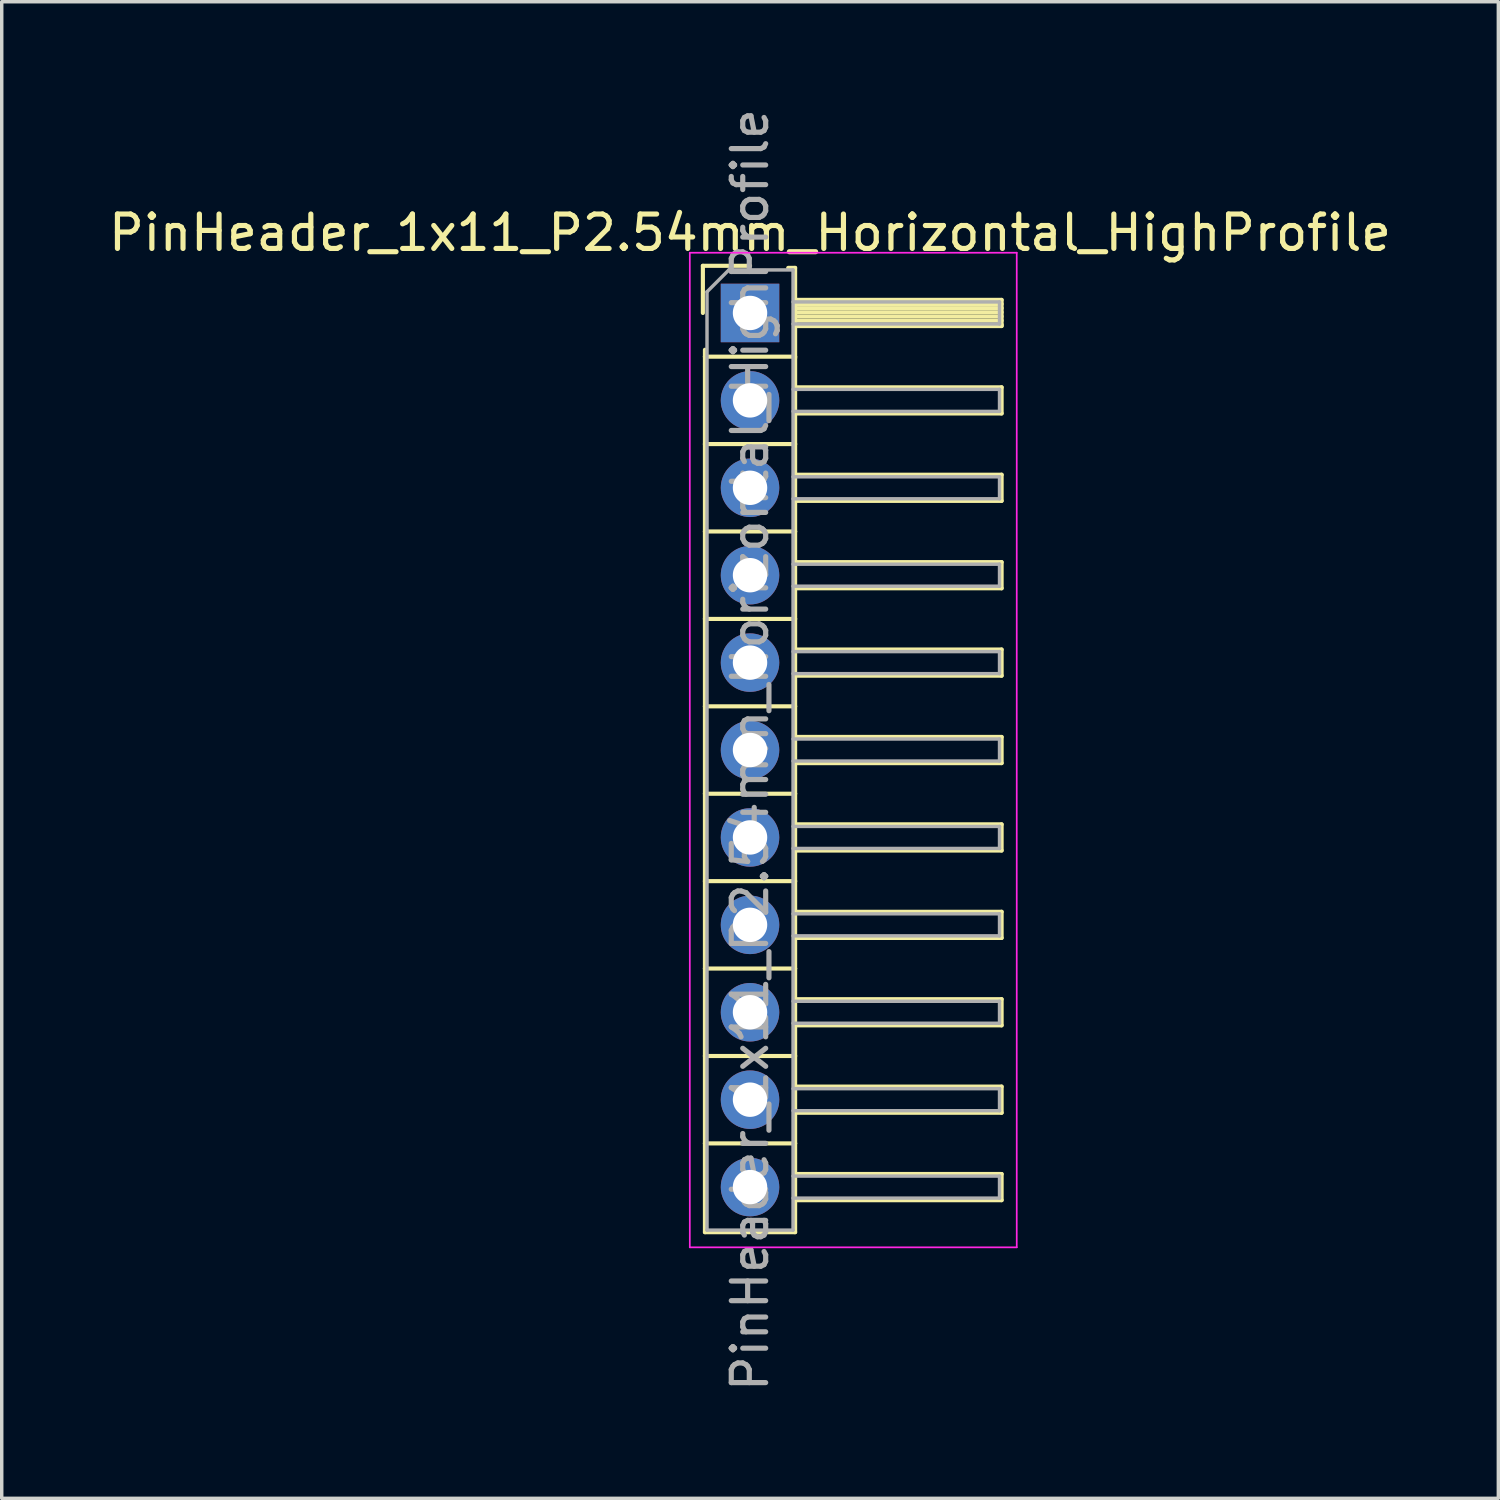
<source format=kicad_pcb>
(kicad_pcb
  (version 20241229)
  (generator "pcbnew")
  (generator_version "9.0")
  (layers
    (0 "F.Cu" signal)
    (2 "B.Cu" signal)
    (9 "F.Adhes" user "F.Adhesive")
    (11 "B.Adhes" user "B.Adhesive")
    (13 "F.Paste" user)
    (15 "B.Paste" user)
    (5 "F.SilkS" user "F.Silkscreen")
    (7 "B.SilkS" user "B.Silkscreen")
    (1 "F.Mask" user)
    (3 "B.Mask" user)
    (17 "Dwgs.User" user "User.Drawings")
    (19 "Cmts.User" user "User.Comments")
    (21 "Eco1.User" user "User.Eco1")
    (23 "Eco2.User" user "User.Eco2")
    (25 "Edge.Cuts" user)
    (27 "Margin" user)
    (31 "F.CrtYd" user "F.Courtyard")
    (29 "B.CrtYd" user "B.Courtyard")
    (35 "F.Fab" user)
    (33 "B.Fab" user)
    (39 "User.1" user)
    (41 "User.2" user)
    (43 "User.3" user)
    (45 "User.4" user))
  (footprint "PinHeader_1x11_P2.54mm_Horizontal_HighProfile"
    (layer "F.Cu")
    (at 18.744 6.044)
    (property "Reference" "PinHeader_1x11_P2.54mm_Horizontal_HighProfile" (at 0 -2.33 0) (layer "F.SilkS") (effects (font (size 1 1) (thickness 0.15))))
    (attr through_hole)
    (fp_line (start -1.37 -1.37) (end -1.37 0) (stroke (width 0.12) (type solid)) (layer "F.SilkS"))
    (fp_line (start -1.37 -1.37) (end 0 -1.37) (stroke (width 0.12) (type solid)) (layer "F.SilkS"))
    (fp_line (start -1.31 1.27) (end -1.31 1.07) (stroke (width 0.12) (type solid)) (layer "F.SilkS"))
    (fp_line (start -1.31 1.27) (end -1.31 3.81) (stroke (width 0.12) (type solid)) (layer "F.SilkS"))
    (fp_line (start -1.31 1.27) (end 1.31 1.27) (stroke (width 0.12) (type solid)) (layer "F.SilkS"))
    (fp_line (start -1.31 3.81) (end -1.31 6.35) (stroke (width 0.12) (type solid)) (layer "F.SilkS"))
    (fp_line (start -1.31 3.81) (end 1.31 3.81) (stroke (width 0.12) (type solid)) (layer "F.SilkS"))
    (fp_line (start -1.31 6.35) (end -1.31 8.89) (stroke (width 0.12) (type solid)) (layer "F.SilkS"))
    (fp_line (start -1.31 6.35) (end 1.31 6.35) (stroke (width 0.12) (type solid)) (layer "F.SilkS"))
    (fp_line (start -1.31 8.89) (end -1.31 11.43) (stroke (width 0.12) (type solid)) (layer "F.SilkS"))
    (fp_line (start -1.31 8.89) (end 1.31 8.89) (stroke (width 0.12) (type solid)) (layer "F.SilkS"))
    (fp_line (start -1.31 11.43) (end -1.31 13.97) (stroke (width 0.12) (type solid)) (layer "F.SilkS"))
    (fp_line (start -1.31 11.43) (end 1.31 11.43) (stroke (width 0.12) (type solid)) (layer "F.SilkS"))
    (fp_line (start -1.31 13.97) (end -1.31 16.51) (stroke (width 0.12) (type solid)) (layer "F.SilkS"))
    (fp_line (start -1.31 13.97) (end 1.31 13.97) (stroke (width 0.12) (type solid)) (layer "F.SilkS"))
    (fp_line (start -1.31 16.51) (end -1.31 19.05) (stroke (width 0.12) (type solid)) (layer "F.SilkS"))
    (fp_line (start -1.31 16.51) (end 1.31 16.51) (stroke (width 0.12) (type solid)) (layer "F.SilkS"))
    (fp_line (start -1.31 19.05) (end -1.31 21.59) (stroke (width 0.12) (type solid)) (layer "F.SilkS"))
    (fp_line (start -1.31 19.05) (end 1.31 19.05) (stroke (width 0.12) (type solid)) (layer "F.SilkS"))
    (fp_line (start -1.31 21.59) (end -1.31 24.13) (stroke (width 0.12) (type solid)) (layer "F.SilkS"))
    (fp_line (start -1.31 21.59) (end 1.31 21.59) (stroke (width 0.12) (type solid)) (layer "F.SilkS"))
    (fp_line (start -1.31 24.13) (end -1.31 26.71) (stroke (width 0.12) (type solid)) (layer "F.SilkS"))
    (fp_line (start -1.31 24.13) (end 1.31 24.13) (stroke (width 0.12) (type solid)) (layer "F.SilkS"))
    (fp_line (start -1.31 26.71) (end 1.31 26.71) (stroke (width 0.12) (type solid)) (layer "F.SilkS"))
    (fp_line (start 1.11 -1.31) (end 1.31 -1.31) (stroke (width 0.12) (type solid)) (layer "F.SilkS"))
    (fp_line (start 1.31 -1.31) (end 1.31 1.31) (stroke (width 0.12) (type solid)) (layer "F.SilkS"))
    (fp_line (start 1.31 -0.38) (end 7.31 -0.38) (stroke (width 0.12) (type solid)) (layer "F.SilkS"))
    (fp_line (start 1.31 -0.26) (end 7.31 -0.26) (stroke (width 0.12) (type solid)) (layer "F.SilkS"))
    (fp_line (start 1.31 -0.14) (end 7.31 -0.14) (stroke (width 0.12) (type solid)) (layer "F.SilkS"))
    (fp_line (start 1.31 -0.02) (end 7.31 -0.02) (stroke (width 0.12) (type solid)) (layer "F.SilkS"))
    (fp_line (start 1.31 0.1) (end 7.31 0.1) (stroke (width 0.12) (type solid)) (layer "F.SilkS"))
    (fp_line (start 1.31 0.22) (end 7.31 0.22) (stroke (width 0.12) (type solid)) (layer "F.SilkS"))
    (fp_line (start 1.31 0.34) (end 7.31 0.34) (stroke (width 0.12) (type solid)) (layer "F.SilkS"))
    (fp_line (start 1.31 0.38) (end 7.31 0.38) (stroke (width 0.12) (type solid)) (layer "F.SilkS"))
    (fp_line (start 1.31 1.27) (end 1.31 3.81) (stroke (width 0.12) (type solid)) (layer "F.SilkS"))
    (fp_line (start 1.31 2.16) (end 7.31 2.16) (stroke (width 0.12) (type solid)) (layer "F.SilkS"))
    (fp_line (start 1.31 2.92) (end 7.31 2.92) (stroke (width 0.12) (type solid)) (layer "F.SilkS"))
    (fp_line (start 1.31 3.81) (end 1.31 6.35) (stroke (width 0.12) (type solid)) (layer "F.SilkS"))
    (fp_line (start 1.31 4.7) (end 7.31 4.7) (stroke (width 0.12) (type solid)) (layer "F.SilkS"))
    (fp_line (start 1.31 5.46) (end 7.31 5.46) (stroke (width 0.12) (type solid)) (layer "F.SilkS"))
    (fp_line (start 1.31 6.35) (end 1.31 8.89) (stroke (width 0.12) (type solid)) (layer "F.SilkS"))
    (fp_line (start 1.31 7.24) (end 7.31 7.24) (stroke (width 0.12) (type solid)) (layer "F.SilkS"))
    (fp_line (start 1.31 8) (end 7.31 8) (stroke (width 0.12) (type solid)) (layer "F.SilkS"))
    (fp_line (start 1.31 8.89) (end 1.31 11.43) (stroke (width 0.12) (type solid)) (layer "F.SilkS"))
    (fp_line (start 1.31 9.78) (end 7.31 9.78) (stroke (width 0.12) (type solid)) (layer "F.SilkS"))
    (fp_line (start 1.31 10.54) (end 7.31 10.54) (stroke (width 0.12) (type solid)) (layer "F.SilkS"))
    (fp_line (start 1.31 11.43) (end 1.31 13.97) (stroke (width 0.12) (type solid)) (layer "F.SilkS"))
    (fp_line (start 1.31 12.32) (end 7.31 12.32) (stroke (width 0.12) (type solid)) (layer "F.SilkS"))
    (fp_line (start 1.31 13.08) (end 7.31 13.08) (stroke (width 0.12) (type solid)) (layer "F.SilkS"))
    (fp_line (start 1.31 13.97) (end 1.31 16.51) (stroke (width 0.12) (type solid)) (layer "F.SilkS"))
    (fp_line (start 1.31 14.86) (end 7.31 14.86) (stroke (width 0.12) (type solid)) (layer "F.SilkS"))
    (fp_line (start 1.31 15.62) (end 7.31 15.62) (stroke (width 0.12) (type solid)) (layer "F.SilkS"))
    (fp_line (start 1.31 16.51) (end 1.31 19.05) (stroke (width 0.12) (type solid)) (layer "F.SilkS"))
    (fp_line (start 1.31 17.4) (end 7.31 17.4) (stroke (width 0.12) (type solid)) (layer "F.SilkS"))
    (fp_line (start 1.31 18.16) (end 7.31 18.16) (stroke (width 0.12) (type solid)) (layer "F.SilkS"))
    (fp_line (start 1.31 19.05) (end 1.31 21.59) (stroke (width 0.12) (type solid)) (layer "F.SilkS"))
    (fp_line (start 1.31 19.94) (end 7.31 19.94) (stroke (width 0.12) (type solid)) (layer "F.SilkS"))
    (fp_line (start 1.31 20.7) (end 7.31 20.7) (stroke (width 0.12) (type solid)) (layer "F.SilkS"))
    (fp_line (start 1.31 21.59) (end 1.31 24.13) (stroke (width 0.12) (type solid)) (layer "F.SilkS"))
    (fp_line (start 1.31 22.48) (end 7.31 22.48) (stroke (width 0.12) (type solid)) (layer "F.SilkS"))
    (fp_line (start 1.31 23.24) (end 7.31 23.24) (stroke (width 0.12) (type solid)) (layer "F.SilkS"))
    (fp_line (start 1.31 24.13) (end 1.31 26.71) (stroke (width 0.12) (type solid)) (layer "F.SilkS"))
    (fp_line (start 1.31 25.02) (end 7.31 25.02) (stroke (width 0.12) (type solid)) (layer "F.SilkS"))
    (fp_line (start 1.31 25.78) (end 7.31 25.78) (stroke (width 0.12) (type solid)) (layer "F.SilkS"))
    (fp_line (start 7.31 -0.38) (end 7.31 0.38) (stroke (width 0.12) (type solid)) (layer "F.SilkS"))
    (fp_line (start 7.31 2.16) (end 7.31 2.92) (stroke (width 0.12) (type solid)) (layer "F.SilkS"))
    (fp_line (start 7.31 4.7) (end 7.31 5.46) (stroke (width 0.12) (type solid)) (layer "F.SilkS"))
    (fp_line (start 7.31 7.24) (end 7.31 8) (stroke (width 0.12) (type solid)) (layer "F.SilkS"))
    (fp_line (start 7.31 9.78) (end 7.31 10.54) (stroke (width 0.12) (type solid)) (layer "F.SilkS"))
    (fp_line (start 7.31 12.32) (end 7.31 13.08) (stroke (width 0.12) (type solid)) (layer "F.SilkS"))
    (fp_line (start 7.31 14.86) (end 7.31 15.62) (stroke (width 0.12) (type solid)) (layer "F.SilkS"))
    (fp_line (start 7.31 17.4) (end 7.31 18.16) (stroke (width 0.12) (type solid)) (layer "F.SilkS"))
    (fp_line (start 7.31 19.94) (end 7.31 20.7) (stroke (width 0.12) (type solid)) (layer "F.SilkS"))
    (fp_line (start 7.31 22.48) (end 7.31 23.24) (stroke (width 0.12) (type solid)) (layer "F.SilkS"))
    (fp_line (start 7.31 25.02) (end 7.31 25.78) (stroke (width 0.12) (type solid)) (layer "F.SilkS"))
    (fp_line (start -1.75 -1.75) (end -1.75 27.15) (stroke (width 0.05) (type solid)) (layer "F.CrtYd"))
    (fp_line (start -1.75 -1.75) (end 7.75 -1.75) (stroke (width 0.05) (type solid)) (layer "F.CrtYd"))
    (fp_line (start -1.75 27.15) (end 7.75 27.15) (stroke (width 0.05) (type solid)) (layer "F.CrtYd"))
    (fp_line (start 7.75 -1.75) (end 7.75 27.15) (stroke (width 0.05) (type solid)) (layer "F.CrtYd"))
    (fp_line (start -1.25 -0.615) (end -1.25 26.65) (stroke (width 0.1) (type solid)) (layer "F.Fab"))
    (fp_line (start -1.25 -0.615) (end -0.615 -1.25) (stroke (width 0.1) (type solid)) (layer "F.Fab"))
    (fp_line (start -1.25 26.65) (end 1.25 26.65) (stroke (width 0.1) (type solid)) (layer "F.Fab"))
    (fp_line (start -0.615 -1.25) (end 1.25 -1.25) (stroke (width 0.1) (type solid)) (layer "F.Fab"))
    (fp_line (start 1.25 -1.25) (end 1.25 26.65) (stroke (width 0.1) (type solid)) (layer "F.Fab"))
    (fp_line (start 1.25 -0.32) (end 7.25 -0.32) (stroke (width 0.1) (type solid)) (layer "F.Fab"))
    (fp_line (start 1.25 0.32) (end 7.25 0.32) (stroke (width 0.1) (type solid)) (layer "F.Fab"))
    (fp_line (start 1.25 2.22) (end 7.25 2.22) (stroke (width 0.1) (type solid)) (layer "F.Fab"))
    (fp_line (start 1.25 2.86) (end 7.25 2.86) (stroke (width 0.1) (type solid)) (layer "F.Fab"))
    (fp_line (start 1.25 4.76) (end 7.25 4.76) (stroke (width 0.1) (type solid)) (layer "F.Fab"))
    (fp_line (start 1.25 5.4) (end 7.25 5.4) (stroke (width 0.1) (type solid)) (layer "F.Fab"))
    (fp_line (start 1.25 7.3) (end 7.25 7.3) (stroke (width 0.1) (type solid)) (layer "F.Fab"))
    (fp_line (start 1.25 7.94) (end 7.25 7.94) (stroke (width 0.1) (type solid)) (layer "F.Fab"))
    (fp_line (start 1.25 9.84) (end 7.25 9.84) (stroke (width 0.1) (type solid)) (layer "F.Fab"))
    (fp_line (start 1.25 10.48) (end 7.25 10.48) (stroke (width 0.1) (type solid)) (layer "F.Fab"))
    (fp_line (start 1.25 12.38) (end 7.25 12.38) (stroke (width 0.1) (type solid)) (layer "F.Fab"))
    (fp_line (start 1.25 13.02) (end 7.25 13.02) (stroke (width 0.1) (type solid)) (layer "F.Fab"))
    (fp_line (start 1.25 14.92) (end 7.25 14.92) (stroke (width 0.1) (type solid)) (layer "F.Fab"))
    (fp_line (start 1.25 15.56) (end 7.25 15.56) (stroke (width 0.1) (type solid)) (layer "F.Fab"))
    (fp_line (start 1.25 17.46) (end 7.25 17.46) (stroke (width 0.1) (type solid)) (layer "F.Fab"))
    (fp_line (start 1.25 18.1) (end 7.25 18.1) (stroke (width 0.1) (type solid)) (layer "F.Fab"))
    (fp_line (start 1.25 20) (end 7.25 20) (stroke (width 0.1) (type solid)) (layer "F.Fab"))
    (fp_line (start 1.25 20.64) (end 7.25 20.64) (stroke (width 0.1) (type solid)) (layer "F.Fab"))
    (fp_line (start 1.25 22.54) (end 7.25 22.54) (stroke (width 0.1) (type solid)) (layer "F.Fab"))
    (fp_line (start 1.25 23.18) (end 7.25 23.18) (stroke (width 0.1) (type solid)) (layer "F.Fab"))
    (fp_line (start 1.25 25.08) (end 7.25 25.08) (stroke (width 0.1) (type solid)) (layer "F.Fab"))
    (fp_line (start 1.25 25.72) (end 7.25 25.72) (stroke (width 0.1) (type solid)) (layer "F.Fab"))
    (fp_line (start 7.25 -0.32) (end 7.25 0.32) (stroke (width 0.1) (type solid)) (layer "F.Fab"))
    (fp_line (start 7.25 2.22) (end 7.25 2.86) (stroke (width 0.1) (type solid)) (layer "F.Fab"))
    (fp_line (start 7.25 4.76) (end 7.25 5.4) (stroke (width 0.1) (type solid)) (layer "F.Fab"))
    (fp_line (start 7.25 7.3) (end 7.25 7.94) (stroke (width 0.1) (type solid)) (layer "F.Fab"))
    (fp_line (start 7.25 9.84) (end 7.25 10.48) (stroke (width 0.1) (type solid)) (layer "F.Fab"))
    (fp_line (start 7.25 12.38) (end 7.25 13.02) (stroke (width 0.1) (type solid)) (layer "F.Fab"))
    (fp_line (start 7.25 14.92) (end 7.25 15.56) (stroke (width 0.1) (type solid)) (layer "F.Fab"))
    (fp_line (start 7.25 17.46) (end 7.25 18.1) (stroke (width 0.1) (type solid)) (layer "F.Fab"))
    (fp_line (start 7.25 20) (end 7.25 20.64) (stroke (width 0.1) (type solid)) (layer "F.Fab"))
    (fp_line (start 7.25 22.54) (end 7.25 23.18) (stroke (width 0.1) (type solid)) (layer "F.Fab"))
    (fp_line (start 7.25 25.08) (end 7.25 25.72) (stroke (width 0.1) (type solid)) (layer "F.Fab"))
    (fp_text user "${REFERENCE}" (at 0 12.7 90) (layer "F.Fab") (effects (font (size 1 1) (thickness 0.15))))
    (pad "1" thru_hole rect (at 0 0) (size 1.7 1.7) (drill 1) (layers "*.Cu" "*.Mask"))
    (pad "2" thru_hole oval (at 0 2.54) (size 1.7 1.7) (drill 1) (layers "*.Cu" "*.Mask"))
    (pad "3" thru_hole oval (at 0 5.08) (size 1.7 1.7) (drill 1) (layers "*.Cu" "*.Mask"))
    (pad "4" thru_hole oval (at 0 7.62) (size 1.7 1.7) (drill 1) (layers "*.Cu" "*.Mask"))
    (pad "5" thru_hole oval (at 0 10.16) (size 1.7 1.7) (drill 1) (layers "*.Cu" "*.Mask"))
    (pad "6" thru_hole oval (at 0 12.7) (size 1.7 1.7) (drill 1) (layers "*.Cu" "*.Mask"))
    (pad "7" thru_hole oval (at 0 15.24) (size 1.7 1.7) (drill 1) (layers "*.Cu" "*.Mask"))
    (pad "8" thru_hole oval (at 0 17.78) (size 1.7 1.7) (drill 1) (layers "*.Cu" "*.Mask"))
    (pad "9" thru_hole oval (at 0 20.32) (size 1.7 1.7) (drill 1) (layers "*.Cu" "*.Mask"))
    (pad "10" thru_hole oval (at 0 22.86) (size 1.7 1.7) (drill 1) (layers "*.Cu" "*.Mask"))
    (pad "11" thru_hole oval (at 0 25.4) (size 1.7 1.7) (drill 1) (layers "*.Cu" "*.Mask")))
  (gr_rect
    (start -3 -3)
    (end 40.488 40.488)
    (stroke (width 0.1) (type default))
    (fill no)
    (layer "Edge.Cuts")))
</source>
